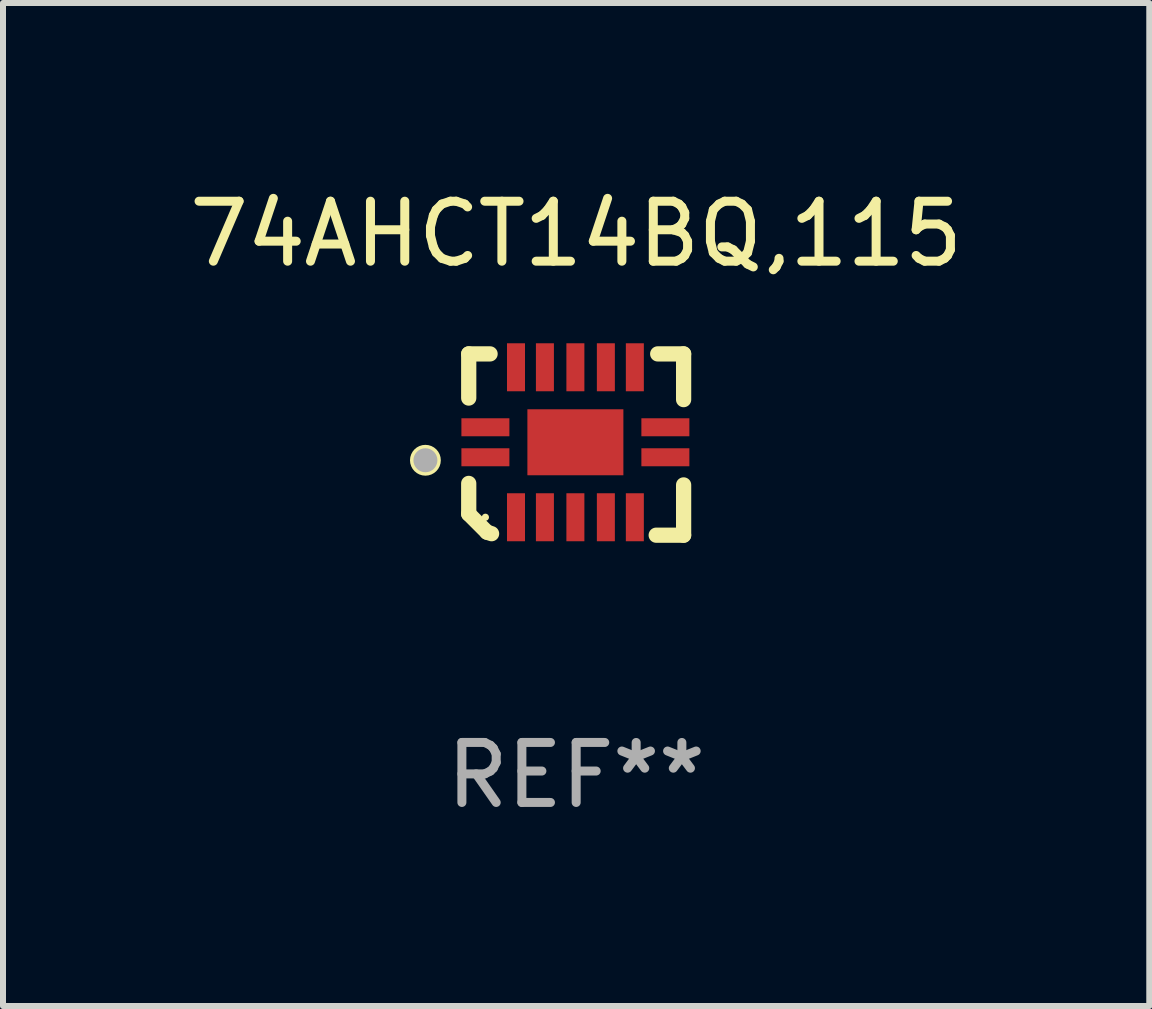
<source format=kicad_pcb>
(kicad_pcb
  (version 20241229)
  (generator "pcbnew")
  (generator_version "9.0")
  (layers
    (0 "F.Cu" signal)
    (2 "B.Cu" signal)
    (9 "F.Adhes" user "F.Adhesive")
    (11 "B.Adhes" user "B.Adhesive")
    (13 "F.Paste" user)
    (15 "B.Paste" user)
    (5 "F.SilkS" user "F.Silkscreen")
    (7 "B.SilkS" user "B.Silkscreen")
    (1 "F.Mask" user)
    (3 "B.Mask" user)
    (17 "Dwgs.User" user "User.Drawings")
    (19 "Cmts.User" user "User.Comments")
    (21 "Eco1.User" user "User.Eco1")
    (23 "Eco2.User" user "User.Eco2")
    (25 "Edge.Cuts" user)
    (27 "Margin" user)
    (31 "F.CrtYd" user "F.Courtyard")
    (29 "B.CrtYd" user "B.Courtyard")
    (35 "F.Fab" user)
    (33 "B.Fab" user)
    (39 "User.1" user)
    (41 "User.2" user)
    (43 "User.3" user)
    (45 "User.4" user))
  (footprint "74AHCT14BQ,115"
    (layer "F.Cu")
    (at 6.554 4.36)
    (property "Reference" "74AHCT14BQ,115" (at 0 -3.511 0) (layer "F.SilkS") (effects (font (size 1 1) (thickness 0.15))))
    (attr through_hole)
    (fp_line (start -1.791 -1.511) (end -1.435 -1.511) (stroke (width 0.254) (type solid)) (layer "F.SilkS"))
    (fp_line (start -1.791 -0.775) (end -1.791 -1.511) (stroke (width 0.254) (type solid)) (layer "F.SilkS"))
    (fp_line (start -1.791 1.156) (end -1.791 0.648) (stroke (width 0.254) (type solid)) (layer "F.SilkS"))
    (fp_line (start -1.486 1.461) (end -1.791 1.156) (stroke (width 0.254) (type solid)) (layer "F.SilkS"))
    (fp_line (start -1.41 1.486) (end -1.486 1.461) (stroke (width 0.254) (type solid)) (layer "F.SilkS"))
    (fp_line (start 1.334 1.511) (end 1.791 1.511) (stroke (width 0.254) (type solid)) (layer "F.SilkS"))
    (fp_line (start 1.791 -1.511) (end 1.359 -1.511) (stroke (width 0.254) (type solid)) (layer "F.SilkS"))
    (fp_line (start 1.791 -0.749) (end 1.791 -1.511) (stroke (width 0.254) (type solid)) (layer "F.SilkS"))
    (fp_line (start 1.791 1.511) (end 1.791 0.673) (stroke (width 0.254) (type solid)) (layer "F.SilkS"))
    (fp_circle (center -2.513 0.262) (end -2.383 0.262) (stroke (width 0.254) (type solid)) (fill no) (layer "F.SilkS"))
    (fp_circle (center -1.513 1.212) (end -1.483 1.212) (stroke (width 0.06) (type solid)) (fill no) (layer "F.SilkS"))
    (fp_circle (center -2.513 0.262) (end -2.413 0.262) (stroke (width 0.2) (type solid)) (fill no) (layer "F.Fab"))
    (fp_text user "REF**" (at 0 5.511 0) (layer "F.Fab") (effects (font (size 1 1) (thickness 0.15))))
    (pad "1" smd rect (at -1.513 0.212) (size 0.8 0.3) (layers "F.Cu" "F.Mask" "F.Paste"))
    (pad "2" smd rect (at -1.003 1.212) (size 0.3 0.8) (layers "F.Cu" "F.Mask" "F.Paste"))
    (pad "3" smd rect (at -0.521 1.212) (size 0.3 0.8) (layers "F.Cu" "F.Mask" "F.Paste"))
    (pad "4" smd rect (at -0.013 1.212) (size 0.3 0.8) (layers "F.Cu" "F.Mask" "F.Paste"))
    (pad "5" smd rect (at 0.495 1.212) (size 0.3 0.8) (layers "F.Cu" "F.Mask" "F.Paste"))
    (pad "6" smd rect (at 0.978 1.212) (size 0.3 0.8) (layers "F.Cu" "F.Mask" "F.Paste"))
    (pad "7" smd rect (at 1.487 0.212) (size 0.8 0.3) (layers "F.Cu" "F.Mask" "F.Paste"))
    (pad "8" smd rect (at 1.487 -0.288) (size 0.8 0.3) (layers "F.Cu" "F.Mask" "F.Paste"))
    (pad "9" smd rect (at 0.978 -1.288) (size 0.3 0.8) (layers "F.Cu" "F.Mask" "F.Paste"))
    (pad "10" smd rect (at 0.495 -1.288) (size 0.3 0.8) (layers "F.Cu" "F.Mask" "F.Paste"))
    (pad "11" smd rect (at -0.013 -1.288) (size 0.3 0.8) (layers "F.Cu" "F.Mask" "F.Paste"))
    (pad "12" smd rect (at -0.521 -1.288) (size 0.3 0.8) (layers "F.Cu" "F.Mask" "F.Paste"))
    (pad "13" smd rect (at -1.003 -1.288) (size 0.3 0.8) (layers "F.Cu" "F.Mask" "F.Paste"))
    (pad "14" smd rect (at -1.513 -0.288) (size 0.8 0.3) (layers "F.Cu" "F.Mask" "F.Paste"))
    (pad "15" smd rect (at -0.013 -0.038 90) (size 1.1 1.6) (layers "F.Cu" "F.Mask" "F.Paste")))
  (gr_rect
    (start -3 -3)
    (end 16.107 13.719)
    (stroke (width 0.1) (type default))
    (fill no)
    (layer "Edge.Cuts")))
</source>
